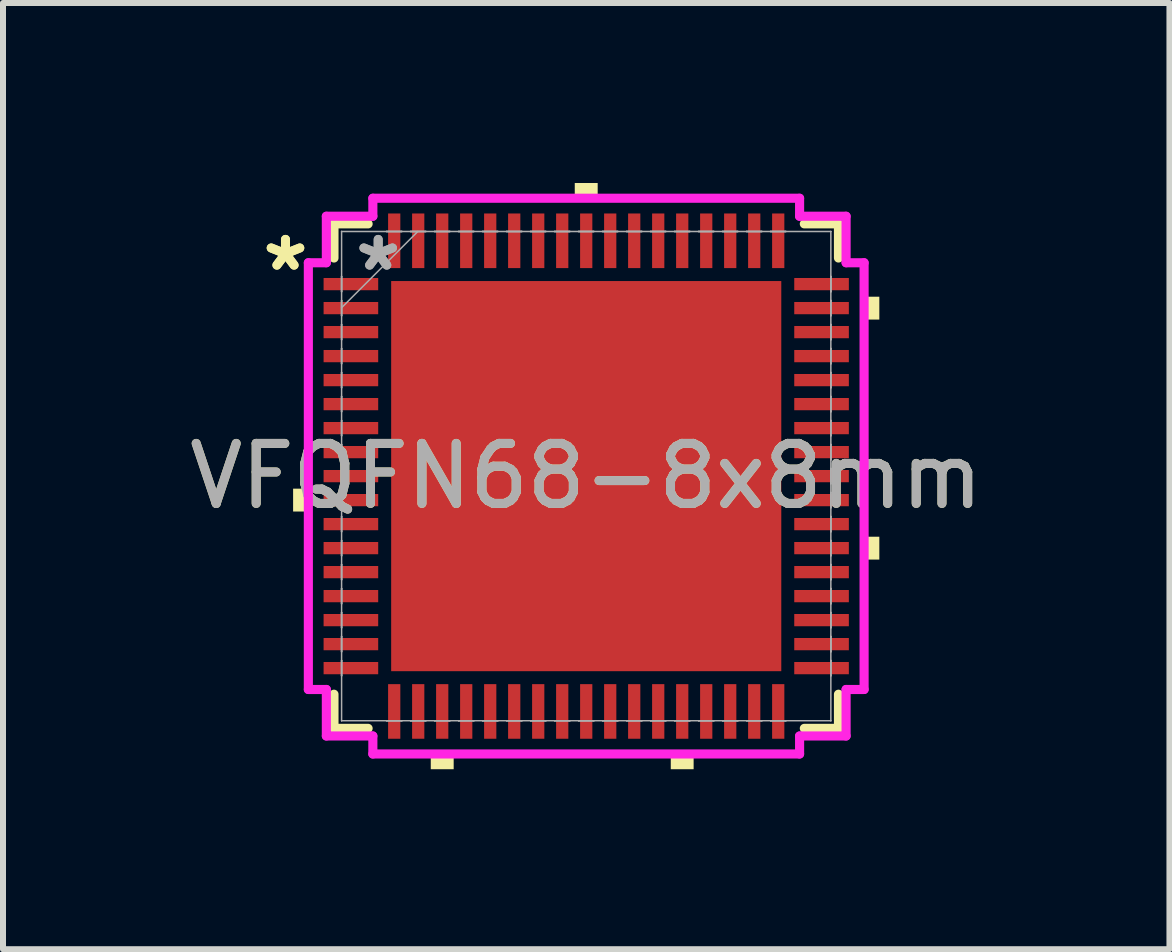
<source format=kicad_pcb>
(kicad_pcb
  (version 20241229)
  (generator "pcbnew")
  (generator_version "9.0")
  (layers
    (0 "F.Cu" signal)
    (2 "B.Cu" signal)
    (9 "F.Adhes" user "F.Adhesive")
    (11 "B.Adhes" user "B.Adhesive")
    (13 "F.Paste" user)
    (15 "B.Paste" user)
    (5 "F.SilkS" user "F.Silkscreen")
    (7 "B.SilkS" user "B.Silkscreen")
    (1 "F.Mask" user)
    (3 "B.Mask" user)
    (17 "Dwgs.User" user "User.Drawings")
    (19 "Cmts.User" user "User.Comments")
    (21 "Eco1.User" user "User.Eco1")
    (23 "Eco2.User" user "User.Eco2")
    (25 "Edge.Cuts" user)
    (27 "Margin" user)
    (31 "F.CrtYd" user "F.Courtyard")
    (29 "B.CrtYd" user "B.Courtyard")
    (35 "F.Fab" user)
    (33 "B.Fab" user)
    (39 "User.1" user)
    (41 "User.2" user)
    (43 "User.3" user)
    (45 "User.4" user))
  (footprint "VFQFN68-8x8mm"
    (layer "F.Cu")
    (at 6.72 4.885)
    (property "Reference" "VFQFN68-8x8mm" (at 0 0 0) (unlocked yes) (layer "F.SilkS") (effects (font (size 1 1) (thickness 0.15))))
    (attr smd)
    (fp_line (start -4.204 -4.204) (end -4.204 -3.635) (stroke (width 0.152) (type solid)) (layer "F.SilkS"))
    (fp_line (start -4.204 3.635) (end -4.204 4.204) (stroke (width 0.152) (type solid)) (layer "F.SilkS"))
    (fp_line (start -4.204 4.204) (end -3.635 4.204) (stroke (width 0.152) (type solid)) (layer "F.SilkS"))
    (fp_line (start -3.635 -4.204) (end -4.204 -4.204) (stroke (width 0.152) (type solid)) (layer "F.SilkS"))
    (fp_line (start 3.635 4.204) (end 4.204 4.204) (stroke (width 0.152) (type solid)) (layer "F.SilkS"))
    (fp_line (start 4.204 -4.204) (end 3.635 -4.204) (stroke (width 0.152) (type solid)) (layer "F.SilkS"))
    (fp_line (start 4.204 -3.635) (end 4.204 -4.204) (stroke (width 0.152) (type solid)) (layer "F.SilkS"))
    (fp_line (start 4.204 4.204) (end 4.204 3.635) (stroke (width 0.152) (type solid)) (layer "F.SilkS"))
    (fp_poly (pts (xy -4.885 0.209) (xy -4.885 0.59) (xy -4.631 0.59) (xy -4.631 0.209)) (stroke (width 0) (type solid)) (fill yes) (layer "F.SilkS"))
    (fp_poly (pts (xy -2.591 4.631) (xy -2.591 4.885) (xy -2.209 4.885) (xy -2.209 4.631)) (stroke (width 0) (type solid)) (fill yes) (layer "F.SilkS"))
    (fp_poly (pts (xy -0.191 -4.631) (xy -0.191 -4.885) (xy 0.191 -4.885) (xy 0.191 -4.631)) (stroke (width 0) (type solid)) (fill yes) (layer "F.SilkS"))
    (fp_poly (pts (xy 1.409 4.631) (xy 1.409 4.885) (xy 1.79 4.885) (xy 1.79 4.631)) (stroke (width 0) (type solid)) (fill yes) (layer "F.SilkS"))
    (fp_poly (pts (xy 4.885 -2.99) (xy 4.885 -2.609) (xy 4.631 -2.609) (xy 4.631 -2.99)) (stroke (width 0) (type solid)) (fill yes) (layer "F.SilkS"))
    (fp_poly (pts (xy 4.885 1.01) (xy 4.885 1.391) (xy 4.631 1.391) (xy 4.631 1.01)) (stroke (width 0) (type solid)) (fill yes) (layer "F.SilkS"))
    (fp_poly (pts (xy -3.151 -3.151) (xy -3.151 -2.051) (xy -2.051 -2.051) (xy -2.051 -3.151)) (stroke (width 0) (type solid)) (fill yes) (layer "F.Paste"))
    (fp_poly (pts (xy -3.151 -1.851) (xy -3.151 -0.75) (xy -2.051 -0.75) (xy -2.051 -1.851)) (stroke (width 0) (type solid)) (fill yes) (layer "F.Paste"))
    (fp_poly (pts (xy -3.151 -0.55) (xy -3.151 0.55) (xy -2.051 0.55) (xy -2.051 -0.55)) (stroke (width 0) (type solid)) (fill yes) (layer "F.Paste"))
    (fp_poly (pts (xy -3.151 0.75) (xy -3.151 1.851) (xy -2.051 1.851) (xy -2.051 0.75)) (stroke (width 0) (type solid)) (fill yes) (layer "F.Paste"))
    (fp_poly (pts (xy -3.151 2.051) (xy -3.151 3.151) (xy -2.051 3.151) (xy -2.051 2.051)) (stroke (width 0) (type solid)) (fill yes) (layer "F.Paste"))
    (fp_poly (pts (xy -1.851 -3.151) (xy -1.851 -2.051) (xy -0.75 -2.051) (xy -0.75 -3.151)) (stroke (width 0) (type solid)) (fill yes) (layer "F.Paste"))
    (fp_poly (pts (xy -1.851 -1.851) (xy -1.851 -0.75) (xy -0.75 -0.75) (xy -0.75 -1.851)) (stroke (width 0) (type solid)) (fill yes) (layer "F.Paste"))
    (fp_poly (pts (xy -1.851 -0.55) (xy -1.851 0.55) (xy -0.75 0.55) (xy -0.75 -0.55)) (stroke (width 0) (type solid)) (fill yes) (layer "F.Paste"))
    (fp_poly (pts (xy -1.851 0.75) (xy -1.851 1.851) (xy -0.75 1.851) (xy -0.75 0.75)) (stroke (width 0) (type solid)) (fill yes) (layer "F.Paste"))
    (fp_poly (pts (xy -1.851 2.051) (xy -1.851 3.151) (xy -0.75 3.151) (xy -0.75 2.051)) (stroke (width 0) (type solid)) (fill yes) (layer "F.Paste"))
    (fp_poly (pts (xy -0.55 -3.151) (xy -0.55 -2.051) (xy 0.55 -2.051) (xy 0.55 -3.151)) (stroke (width 0) (type solid)) (fill yes) (layer "F.Paste"))
    (fp_poly (pts (xy -0.55 -1.851) (xy -0.55 -0.75) (xy 0.55 -0.75) (xy 0.55 -1.851)) (stroke (width 0) (type solid)) (fill yes) (layer "F.Paste"))
    (fp_poly (pts (xy -0.55 -0.55) (xy -0.55 0.55) (xy 0.55 0.55) (xy 0.55 -0.55)) (stroke (width 0) (type solid)) (fill yes) (layer "F.Paste"))
    (fp_poly (pts (xy -0.55 0.75) (xy -0.55 1.851) (xy 0.55 1.851) (xy 0.55 0.75)) (stroke (width 0) (type solid)) (fill yes) (layer "F.Paste"))
    (fp_poly (pts (xy -0.55 2.051) (xy -0.55 3.151) (xy 0.55 3.151) (xy 0.55 2.051)) (stroke (width 0) (type solid)) (fill yes) (layer "F.Paste"))
    (fp_poly (pts (xy 0.75 -3.151) (xy 0.75 -2.051) (xy 1.851 -2.051) (xy 1.851 -3.151)) (stroke (width 0) (type solid)) (fill yes) (layer "F.Paste"))
    (fp_poly (pts (xy 0.75 -1.851) (xy 0.75 -0.75) (xy 1.851 -0.75) (xy 1.851 -1.851)) (stroke (width 0) (type solid)) (fill yes) (layer "F.Paste"))
    (fp_poly (pts (xy 0.75 -0.55) (xy 0.75 0.55) (xy 1.851 0.55) (xy 1.851 -0.55)) (stroke (width 0) (type solid)) (fill yes) (layer "F.Paste"))
    (fp_poly (pts (xy 0.75 0.75) (xy 0.75 1.851) (xy 1.851 1.851) (xy 1.851 0.75)) (stroke (width 0) (type solid)) (fill yes) (layer "F.Paste"))
    (fp_poly (pts (xy 0.75 2.051) (xy 0.75 3.151) (xy 1.851 3.151) (xy 1.851 2.051)) (stroke (width 0) (type solid)) (fill yes) (layer "F.Paste"))
    (fp_poly (pts (xy 2.051 -3.151) (xy 2.051 -2.051) (xy 3.151 -2.051) (xy 3.151 -3.151)) (stroke (width 0) (type solid)) (fill yes) (layer "F.Paste"))
    (fp_poly (pts (xy 2.051 -1.851) (xy 2.051 -0.75) (xy 3.151 -0.75) (xy 3.151 -1.851)) (stroke (width 0) (type solid)) (fill yes) (layer "F.Paste"))
    (fp_poly (pts (xy 2.051 -0.55) (xy 2.051 0.55) (xy 3.151 0.55) (xy 3.151 -0.55)) (stroke (width 0) (type solid)) (fill yes) (layer "F.Paste"))
    (fp_poly (pts (xy 2.051 0.75) (xy 2.051 1.851) (xy 3.151 1.851) (xy 3.151 0.75)) (stroke (width 0) (type solid)) (fill yes) (layer "F.Paste"))
    (fp_poly (pts (xy 2.051 2.051) (xy 2.051 3.151) (xy 3.151 3.151) (xy 3.151 2.051)) (stroke (width 0) (type solid)) (fill yes) (layer "F.Paste"))
    (fp_line (start -4.631 -3.556) (end -4.331 -3.556) (stroke (width 0.152) (type solid)) (layer "F.CrtYd"))
    (fp_line (start -4.631 3.556) (end -4.631 -3.556) (stroke (width 0.152) (type solid)) (layer "F.CrtYd"))
    (fp_line (start -4.331 -4.331) (end -3.556 -4.331) (stroke (width 0.152) (type solid)) (layer "F.CrtYd"))
    (fp_line (start -4.331 -3.556) (end -4.331 -4.331) (stroke (width 0.152) (type solid)) (layer "F.CrtYd"))
    (fp_line (start -4.331 3.556) (end -4.631 3.556) (stroke (width 0.152) (type solid)) (layer "F.CrtYd"))
    (fp_line (start -4.331 4.331) (end -4.331 3.556) (stroke (width 0.152) (type solid)) (layer "F.CrtYd"))
    (fp_line (start -3.556 -4.631) (end 3.556 -4.631) (stroke (width 0.152) (type solid)) (layer "F.CrtYd"))
    (fp_line (start -3.556 -4.331) (end -3.556 -4.631) (stroke (width 0.152) (type solid)) (layer "F.CrtYd"))
    (fp_line (start -3.556 4.331) (end -4.331 4.331) (stroke (width 0.152) (type solid)) (layer "F.CrtYd"))
    (fp_line (start -3.556 4.631) (end -3.556 4.331) (stroke (width 0.152) (type solid)) (layer "F.CrtYd"))
    (fp_line (start 3.556 -4.631) (end 3.556 -4.331) (stroke (width 0.152) (type solid)) (layer "F.CrtYd"))
    (fp_line (start 3.556 -4.331) (end 4.331 -4.331) (stroke (width 0.152) (type solid)) (layer "F.CrtYd"))
    (fp_line (start 3.556 4.331) (end 3.556 4.631) (stroke (width 0.152) (type solid)) (layer "F.CrtYd"))
    (fp_line (start 3.556 4.631) (end -3.556 4.631) (stroke (width 0.152) (type solid)) (layer "F.CrtYd"))
    (fp_line (start 4.331 -4.331) (end 4.331 -3.556) (stroke (width 0.152) (type solid)) (layer "F.CrtYd"))
    (fp_line (start 4.331 -3.556) (end 4.631 -3.556) (stroke (width 0.152) (type solid)) (layer "F.CrtYd"))
    (fp_line (start 4.331 3.556) (end 4.331 4.331) (stroke (width 0.152) (type solid)) (layer "F.CrtYd"))
    (fp_line (start 4.331 4.331) (end 3.556 4.331) (stroke (width 0.152) (type solid)) (layer "F.CrtYd"))
    (fp_line (start 4.631 -3.556) (end 4.631 3.556) (stroke (width 0.152) (type solid)) (layer "F.CrtYd"))
    (fp_line (start 4.631 3.556) (end 4.331 3.556) (stroke (width 0.152) (type solid)) (layer "F.CrtYd"))
    (fp_line (start -4.077 -4.077) (end -4.077 -4.077) (stroke (width 0.025) (type solid)) (layer "F.Fab"))
    (fp_line (start -4.077 -4.077) (end -4.077 4.077) (stroke (width 0.025) (type solid)) (layer "F.Fab"))
    (fp_line (start -4.077 -3.327) (end -4.077 -3.327) (stroke (width 0.025) (type solid)) (layer "F.Fab"))
    (fp_line (start -4.077 -3.327) (end -4.077 -3.073) (stroke (width 0.025) (type solid)) (layer "F.Fab"))
    (fp_line (start -4.077 -3.073) (end -4.077 -3.327) (stroke (width 0.025) (type solid)) (layer "F.Fab"))
    (fp_line (start -4.077 -3.073) (end -4.077 -3.073) (stroke (width 0.025) (type solid)) (layer "F.Fab"))
    (fp_line (start -4.077 -2.927) (end -4.077 -2.927) (stroke (width 0.025) (type solid)) (layer "F.Fab"))
    (fp_line (start -4.077 -2.927) (end -4.077 -2.673) (stroke (width 0.025) (type solid)) (layer "F.Fab"))
    (fp_line (start -4.077 -2.807) (end -2.807 -4.077) (stroke (width 0.025) (type solid)) (layer "F.Fab"))
    (fp_line (start -4.077 -2.673) (end -4.077 -2.927) (stroke (width 0.025) (type solid)) (layer "F.Fab"))
    (fp_line (start -4.077 -2.673) (end -4.077 -2.673) (stroke (width 0.025) (type solid)) (layer "F.Fab"))
    (fp_line (start -4.077 -2.527) (end -4.077 -2.527) (stroke (width 0.025) (type solid)) (layer "F.Fab"))
    (fp_line (start -4.077 -2.527) (end -4.077 -2.273) (stroke (width 0.025) (type solid)) (layer "F.Fab"))
    (fp_line (start -4.077 -2.273) (end -4.077 -2.527) (stroke (width 0.025) (type solid)) (layer "F.Fab"))
    (fp_line (start -4.077 -2.273) (end -4.077 -2.273) (stroke (width 0.025) (type solid)) (layer "F.Fab"))
    (fp_line (start -4.077 -2.127) (end -4.077 -2.127) (stroke (width 0.025) (type solid)) (layer "F.Fab"))
    (fp_line (start -4.077 -2.127) (end -4.077 -1.873) (stroke (width 0.025) (type solid)) (layer "F.Fab"))
    (fp_line (start -4.077 -1.873) (end -4.077 -2.127) (stroke (width 0.025) (type solid)) (layer "F.Fab"))
    (fp_line (start -4.077 -1.873) (end -4.077 -1.873) (stroke (width 0.025) (type solid)) (layer "F.Fab"))
    (fp_line (start -4.077 -1.727) (end -4.077 -1.727) (stroke (width 0.025) (type solid)) (layer "F.Fab"))
    (fp_line (start -4.077 -1.727) (end -4.077 -1.473) (stroke (width 0.025) (type solid)) (layer "F.Fab"))
    (fp_line (start -4.077 -1.473) (end -4.077 -1.727) (stroke (width 0.025) (type solid)) (layer "F.Fab"))
    (fp_line (start -4.077 -1.473) (end -4.077 -1.473) (stroke (width 0.025) (type solid)) (layer "F.Fab"))
    (fp_line (start -4.077 -1.327) (end -4.077 -1.327) (stroke (width 0.025) (type solid)) (layer "F.Fab"))
    (fp_line (start -4.077 -1.327) (end -4.077 -1.073) (stroke (width 0.025) (type solid)) (layer "F.Fab"))
    (fp_line (start -4.077 -1.073) (end -4.077 -1.327) (stroke (width 0.025) (type solid)) (layer "F.Fab"))
    (fp_line (start -4.077 -1.073) (end -4.077 -1.073) (stroke (width 0.025) (type solid)) (layer "F.Fab"))
    (fp_line (start -4.077 -0.927) (end -4.077 -0.927) (stroke (width 0.025) (type solid)) (layer "F.Fab"))
    (fp_line (start -4.077 -0.927) (end -4.077 -0.673) (stroke (width 0.025) (type solid)) (layer "F.Fab"))
    (fp_line (start -4.077 -0.673) (end -4.077 -0.927) (stroke (width 0.025) (type solid)) (layer "F.Fab"))
    (fp_line (start -4.077 -0.673) (end -4.077 -0.673) (stroke (width 0.025) (type solid)) (layer "F.Fab"))
    (fp_line (start -4.077 -0.527) (end -4.077 -0.527) (stroke (width 0.025) (type solid)) (layer "F.Fab"))
    (fp_line (start -4.077 -0.527) (end -4.077 -0.273) (stroke (width 0.025) (type solid)) (layer "F.Fab"))
    (fp_line (start -4.077 -0.273) (end -4.077 -0.527) (stroke (width 0.025) (type solid)) (layer "F.Fab"))
    (fp_line (start -4.077 -0.273) (end -4.077 -0.273) (stroke (width 0.025) (type solid)) (layer "F.Fab"))
    (fp_line (start -4.077 -0.127) (end -4.077 -0.127) (stroke (width 0.025) (type solid)) (layer "F.Fab"))
    (fp_line (start -4.077 -0.127) (end -4.077 0.127) (stroke (width 0.025) (type solid)) (layer "F.Fab"))
    (fp_line (start -4.077 0.127) (end -4.077 -0.127) (stroke (width 0.025) (type solid)) (layer "F.Fab"))
    (fp_line (start -4.077 0.127) (end -4.077 0.127) (stroke (width 0.025) (type solid)) (layer "F.Fab"))
    (fp_line (start -4.077 0.273) (end -4.077 0.273) (stroke (width 0.025) (type solid)) (layer "F.Fab"))
    (fp_line (start -4.077 0.273) (end -4.077 0.527) (stroke (width 0.025) (type solid)) (layer "F.Fab"))
    (fp_line (start -4.077 0.527) (end -4.077 0.273) (stroke (width 0.025) (type solid)) (layer "F.Fab"))
    (fp_line (start -4.077 0.527) (end -4.077 0.527) (stroke (width 0.025) (type solid)) (layer "F.Fab"))
    (fp_line (start -4.077 0.673) (end -4.077 0.673) (stroke (width 0.025) (type solid)) (layer "F.Fab"))
    (fp_line (start -4.077 0.673) (end -4.077 0.927) (stroke (width 0.025) (type solid)) (layer "F.Fab"))
    (fp_line (start -4.077 0.927) (end -4.077 0.673) (stroke (width 0.025) (type solid)) (layer "F.Fab"))
    (fp_line (start -4.077 0.927) (end -4.077 0.927) (stroke (width 0.025) (type solid)) (layer "F.Fab"))
    (fp_line (start -4.077 1.073) (end -4.077 1.073) (stroke (width 0.025) (type solid)) (layer "F.Fab"))
    (fp_line (start -4.077 1.073) (end -4.077 1.327) (stroke (width 0.025) (type solid)) (layer "F.Fab"))
    (fp_line (start -4.077 1.327) (end -4.077 1.073) (stroke (width 0.025) (type solid)) (layer "F.Fab"))
    (fp_line (start -4.077 1.327) (end -4.077 1.327) (stroke (width 0.025) (type solid)) (layer "F.Fab"))
    (fp_line (start -4.077 1.473) (end -4.077 1.473) (stroke (width 0.025) (type solid)) (layer "F.Fab"))
    (fp_line (start -4.077 1.473) (end -4.077 1.727) (stroke (width 0.025) (type solid)) (layer "F.Fab"))
    (fp_line (start -4.077 1.727) (end -4.077 1.473) (stroke (width 0.025) (type solid)) (layer "F.Fab"))
    (fp_line (start -4.077 1.727) (end -4.077 1.727) (stroke (width 0.025) (type solid)) (layer "F.Fab"))
    (fp_line (start -4.077 1.873) (end -4.077 1.873) (stroke (width 0.025) (type solid)) (layer "F.Fab"))
    (fp_line (start -4.077 1.873) (end -4.077 2.127) (stroke (width 0.025) (type solid)) (layer "F.Fab"))
    (fp_line (start -4.077 2.127) (end -4.077 1.873) (stroke (width 0.025) (type solid)) (layer "F.Fab"))
    (fp_line (start -4.077 2.127) (end -4.077 2.127) (stroke (width 0.025) (type solid)) (layer "F.Fab"))
    (fp_line (start -4.077 2.273) (end -4.077 2.273) (stroke (width 0.025) (type solid)) (layer "F.Fab"))
    (fp_line (start -4.077 2.273) (end -4.077 2.527) (stroke (width 0.025) (type solid)) (layer "F.Fab"))
    (fp_line (start -4.077 2.527) (end -4.077 2.273) (stroke (width 0.025) (type solid)) (layer "F.Fab"))
    (fp_line (start -4.077 2.527) (end -4.077 2.527) (stroke (width 0.025) (type solid)) (layer "F.Fab"))
    (fp_line (start -4.077 2.673) (end -4.077 2.673) (stroke (width 0.025) (type solid)) (layer "F.Fab"))
    (fp_line (start -4.077 2.673) (end -4.077 2.927) (stroke (width 0.025) (type solid)) (layer "F.Fab"))
    (fp_line (start -4.077 2.927) (end -4.077 2.673) (stroke (width 0.025) (type solid)) (layer "F.Fab"))
    (fp_line (start -4.077 2.927) (end -4.077 2.927) (stroke (width 0.025) (type solid)) (layer "F.Fab"))
    (fp_line (start -4.077 3.073) (end -4.077 3.073) (stroke (width 0.025) (type solid)) (layer "F.Fab"))
    (fp_line (start -4.077 3.073) (end -4.077 3.327) (stroke (width 0.025) (type solid)) (layer "F.Fab"))
    (fp_line (start -4.077 3.327) (end -4.077 3.073) (stroke (width 0.025) (type solid)) (layer "F.Fab"))
    (fp_line (start -4.077 3.327) (end -4.077 3.327) (stroke (width 0.025) (type solid)) (layer "F.Fab"))
    (fp_line (start -4.077 4.077) (end -4.077 4.077) (stroke (width 0.025) (type solid)) (layer "F.Fab"))
    (fp_line (start -4.077 4.077) (end 4.077 4.077) (stroke (width 0.025) (type solid)) (layer "F.Fab"))
    (fp_line (start -3.327 -4.077) (end -3.327 -4.077) (stroke (width 0.025) (type solid)) (layer "F.Fab"))
    (fp_line (start -3.327 -4.077) (end -3.073 -4.077) (stroke (width 0.025) (type solid)) (layer "F.Fab"))
    (fp_line (start -3.327 4.077) (end -3.327 4.077) (stroke (width 0.025) (type solid)) (layer "F.Fab"))
    (fp_line (start -3.327 4.077) (end -3.073 4.077) (stroke (width 0.025) (type solid)) (layer "F.Fab"))
    (fp_line (start -3.073 -4.077) (end -3.327 -4.077) (stroke (width 0.025) (type solid)) (layer "F.Fab"))
    (fp_line (start -3.073 -4.077) (end -3.073 -4.077) (stroke (width 0.025) (type solid)) (layer "F.Fab"))
    (fp_line (start -3.073 4.077) (end -3.327 4.077) (stroke (width 0.025) (type solid)) (layer "F.Fab"))
    (fp_line (start -3.073 4.077) (end -3.073 4.077) (stroke (width 0.025) (type solid)) (layer "F.Fab"))
    (fp_line (start -2.927 -4.077) (end -2.927 -4.077) (stroke (width 0.025) (type solid)) (layer "F.Fab"))
    (fp_line (start -2.927 -4.077) (end -2.673 -4.077) (stroke (width 0.025) (type solid)) (layer "F.Fab"))
    (fp_line (start -2.927 4.077) (end -2.927 4.077) (stroke (width 0.025) (type solid)) (layer "F.Fab"))
    (fp_line (start -2.927 4.077) (end -2.673 4.077) (stroke (width 0.025) (type solid)) (layer "F.Fab"))
    (fp_line (start -2.673 -4.077) (end -2.927 -4.077) (stroke (width 0.025) (type solid)) (layer "F.Fab"))
    (fp_line (start -2.673 -4.077) (end -2.673 -4.077) (stroke (width 0.025) (type solid)) (layer "F.Fab"))
    (fp_line (start -2.673 4.077) (end -2.927 4.077) (stroke (width 0.025) (type solid)) (layer "F.Fab"))
    (fp_line (start -2.673 4.077) (end -2.673 4.077) (stroke (width 0.025) (type solid)) (layer "F.Fab"))
    (fp_line (start -2.527 -4.077) (end -2.527 -4.077) (stroke (width 0.025) (type solid)) (layer "F.Fab"))
    (fp_line (start -2.527 -4.077) (end -2.273 -4.077) (stroke (width 0.025) (type solid)) (layer "F.Fab"))
    (fp_line (start -2.527 4.077) (end -2.527 4.077) (stroke (width 0.025) (type solid)) (layer "F.Fab"))
    (fp_line (start -2.527 4.077) (end -2.273 4.077) (stroke (width 0.025) (type solid)) (layer "F.Fab"))
    (fp_line (start -2.273 -4.077) (end -2.527 -4.077) (stroke (width 0.025) (type solid)) (layer "F.Fab"))
    (fp_line (start -2.273 -4.077) (end -2.273 -4.077) (stroke (width 0.025) (type solid)) (layer "F.Fab"))
    (fp_line (start -2.273 4.077) (end -2.527 4.077) (stroke (width 0.025) (type solid)) (layer "F.Fab"))
    (fp_line (start -2.273 4.077) (end -2.273 4.077) (stroke (width 0.025) (type solid)) (layer "F.Fab"))
    (fp_line (start -2.127 -4.077) (end -2.127 -4.077) (stroke (width 0.025) (type solid)) (layer "F.Fab"))
    (fp_line (start -2.127 -4.077) (end -1.873 -4.077) (stroke (width 0.025) (type solid)) (layer "F.Fab"))
    (fp_line (start -2.127 4.077) (end -2.127 4.077) (stroke (width 0.025) (type solid)) (layer "F.Fab"))
    (fp_line (start -2.127 4.077) (end -1.873 4.077) (stroke (width 0.025) (type solid)) (layer "F.Fab"))
    (fp_line (start -1.873 -4.077) (end -2.127 -4.077) (stroke (width 0.025) (type solid)) (layer "F.Fab"))
    (fp_line (start -1.873 -4.077) (end -1.873 -4.077) (stroke (width 0.025) (type solid)) (layer "F.Fab"))
    (fp_line (start -1.873 4.077) (end -2.127 4.077) (stroke (width 0.025) (type solid)) (layer "F.Fab"))
    (fp_line (start -1.873 4.077) (end -1.873 4.077) (stroke (width 0.025) (type solid)) (layer "F.Fab"))
    (fp_line (start -1.727 -4.077) (end -1.727 -4.077) (stroke (width 0.025) (type solid)) (layer "F.Fab"))
    (fp_line (start -1.727 -4.077) (end -1.473 -4.077) (stroke (width 0.025) (type solid)) (layer "F.Fab"))
    (fp_line (start -1.727 4.077) (end -1.727 4.077) (stroke (width 0.025) (type solid)) (layer "F.Fab"))
    (fp_line (start -1.727 4.077) (end -1.473 4.077) (stroke (width 0.025) (type solid)) (layer "F.Fab"))
    (fp_line (start -1.473 -4.077) (end -1.727 -4.077) (stroke (width 0.025) (type solid)) (layer "F.Fab"))
    (fp_line (start -1.473 -4.077) (end -1.473 -4.077) (stroke (width 0.025) (type solid)) (layer "F.Fab"))
    (fp_line (start -1.473 4.077) (end -1.727 4.077) (stroke (width 0.025) (type solid)) (layer "F.Fab"))
    (fp_line (start -1.473 4.077) (end -1.473 4.077) (stroke (width 0.025) (type solid)) (layer "F.Fab"))
    (fp_line (start -1.327 -4.077) (end -1.327 -4.077) (stroke (width 0.025) (type solid)) (layer "F.Fab"))
    (fp_line (start -1.327 -4.077) (end -1.073 -4.077) (stroke (width 0.025) (type solid)) (layer "F.Fab"))
    (fp_line (start -1.327 4.077) (end -1.327 4.077) (stroke (width 0.025) (type solid)) (layer "F.Fab"))
    (fp_line (start -1.327 4.077) (end -1.073 4.077) (stroke (width 0.025) (type solid)) (layer "F.Fab"))
    (fp_line (start -1.073 -4.077) (end -1.327 -4.077) (stroke (width 0.025) (type solid)) (layer "F.Fab"))
    (fp_line (start -1.073 -4.077) (end -1.073 -4.077) (stroke (width 0.025) (type solid)) (layer "F.Fab"))
    (fp_line (start -1.073 4.077) (end -1.327 4.077) (stroke (width 0.025) (type solid)) (layer "F.Fab"))
    (fp_line (start -1.073 4.077) (end -1.073 4.077) (stroke (width 0.025) (type solid)) (layer "F.Fab"))
    (fp_line (start -0.927 -4.077) (end -0.927 -4.077) (stroke (width 0.025) (type solid)) (layer "F.Fab"))
    (fp_line (start -0.927 -4.077) (end -0.673 -4.077) (stroke (width 0.025) (type solid)) (layer "F.Fab"))
    (fp_line (start -0.927 4.077) (end -0.927 4.077) (stroke (width 0.025) (type solid)) (layer "F.Fab"))
    (fp_line (start -0.927 4.077) (end -0.673 4.077) (stroke (width 0.025) (type solid)) (layer "F.Fab"))
    (fp_line (start -0.673 -4.077) (end -0.927 -4.077) (stroke (width 0.025) (type solid)) (layer "F.Fab"))
    (fp_line (start -0.673 -4.077) (end -0.673 -4.077) (stroke (width 0.025) (type solid)) (layer "F.Fab"))
    (fp_line (start -0.673 4.077) (end -0.927 4.077) (stroke (width 0.025) (type solid)) (layer "F.Fab"))
    (fp_line (start -0.673 4.077) (end -0.673 4.077) (stroke (width 0.025) (type solid)) (layer "F.Fab"))
    (fp_line (start -0.527 -4.077) (end -0.527 -4.077) (stroke (width 0.025) (type solid)) (layer "F.Fab"))
    (fp_line (start -0.527 -4.077) (end -0.273 -4.077) (stroke (width 0.025) (type solid)) (layer "F.Fab"))
    (fp_line (start -0.527 4.077) (end -0.527 4.077) (stroke (width 0.025) (type solid)) (layer "F.Fab"))
    (fp_line (start -0.527 4.077) (end -0.273 4.077) (stroke (width 0.025) (type solid)) (layer "F.Fab"))
    (fp_line (start -0.273 -4.077) (end -0.527 -4.077) (stroke (width 0.025) (type solid)) (layer "F.Fab"))
    (fp_line (start -0.273 -4.077) (end -0.273 -4.077) (stroke (width 0.025) (type solid)) (layer "F.Fab"))
    (fp_line (start -0.273 4.077) (end -0.527 4.077) (stroke (width 0.025) (type solid)) (layer "F.Fab"))
    (fp_line (start -0.273 4.077) (end -0.273 4.077) (stroke (width 0.025) (type solid)) (layer "F.Fab"))
    (fp_line (start -0.127 -4.077) (end -0.127 -4.077) (stroke (width 0.025) (type solid)) (layer "F.Fab"))
    (fp_line (start -0.127 -4.077) (end 0.127 -4.077) (stroke (width 0.025) (type solid)) (layer "F.Fab"))
    (fp_line (start -0.127 4.077) (end -0.127 4.077) (stroke (width 0.025) (type solid)) (layer "F.Fab"))
    (fp_line (start -0.127 4.077) (end 0.127 4.077) (stroke (width 0.025) (type solid)) (layer "F.Fab"))
    (fp_line (start 0.127 -4.077) (end -0.127 -4.077) (stroke (width 0.025) (type solid)) (layer "F.Fab"))
    (fp_line (start 0.127 -4.077) (end 0.127 -4.077) (stroke (width 0.025) (type solid)) (layer "F.Fab"))
    (fp_line (start 0.127 4.077) (end -0.127 4.077) (stroke (width 0.025) (type solid)) (layer "F.Fab"))
    (fp_line (start 0.127 4.077) (end 0.127 4.077) (stroke (width 0.025) (type solid)) (layer "F.Fab"))
    (fp_line (start 0.273 -4.077) (end 0.273 -4.077) (stroke (width 0.025) (type solid)) (layer "F.Fab"))
    (fp_line (start 0.273 -4.077) (end 0.527 -4.077) (stroke (width 0.025) (type solid)) (layer "F.Fab"))
    (fp_line (start 0.273 4.077) (end 0.273 4.077) (stroke (width 0.025) (type solid)) (layer "F.Fab"))
    (fp_line (start 0.273 4.077) (end 0.527 4.077) (stroke (width 0.025) (type solid)) (layer "F.Fab"))
    (fp_line (start 0.527 -4.077) (end 0.273 -4.077) (stroke (width 0.025) (type solid)) (layer "F.Fab"))
    (fp_line (start 0.527 -4.077) (end 0.527 -4.077) (stroke (width 0.025) (type solid)) (layer "F.Fab"))
    (fp_line (start 0.527 4.077) (end 0.273 4.077) (stroke (width 0.025) (type solid)) (layer "F.Fab"))
    (fp_line (start 0.527 4.077) (end 0.527 4.077) (stroke (width 0.025) (type solid)) (layer "F.Fab"))
    (fp_line (start 0.673 -4.077) (end 0.673 -4.077) (stroke (width 0.025) (type solid)) (layer "F.Fab"))
    (fp_line (start 0.673 -4.077) (end 0.927 -4.077) (stroke (width 0.025) (type solid)) (layer "F.Fab"))
    (fp_line (start 0.673 4.077) (end 0.673 4.077) (stroke (width 0.025) (type solid)) (layer "F.Fab"))
    (fp_line (start 0.673 4.077) (end 0.927 4.077) (stroke (width 0.025) (type solid)) (layer "F.Fab"))
    (fp_line (start 0.927 -4.077) (end 0.673 -4.077) (stroke (width 0.025) (type solid)) (layer "F.Fab"))
    (fp_line (start 0.927 -4.077) (end 0.927 -4.077) (stroke (width 0.025) (type solid)) (layer "F.Fab"))
    (fp_line (start 0.927 4.077) (end 0.673 4.077) (stroke (width 0.025) (type solid)) (layer "F.Fab"))
    (fp_line (start 0.927 4.077) (end 0.927 4.077) (stroke (width 0.025) (type solid)) (layer "F.Fab"))
    (fp_line (start 1.073 -4.077) (end 1.073 -4.077) (stroke (width 0.025) (type solid)) (layer "F.Fab"))
    (fp_line (start 1.073 -4.077) (end 1.327 -4.077) (stroke (width 0.025) (type solid)) (layer "F.Fab"))
    (fp_line (start 1.073 4.077) (end 1.073 4.077) (stroke (width 0.025) (type solid)) (layer "F.Fab"))
    (fp_line (start 1.073 4.077) (end 1.327 4.077) (stroke (width 0.025) (type solid)) (layer "F.Fab"))
    (fp_line (start 1.327 -4.077) (end 1.073 -4.077) (stroke (width 0.025) (type solid)) (layer "F.Fab"))
    (fp_line (start 1.327 -4.077) (end 1.327 -4.077) (stroke (width 0.025) (type solid)) (layer "F.Fab"))
    (fp_line (start 1.327 4.077) (end 1.073 4.077) (stroke (width 0.025) (type solid)) (layer "F.Fab"))
    (fp_line (start 1.327 4.077) (end 1.327 4.077) (stroke (width 0.025) (type solid)) (layer "F.Fab"))
    (fp_line (start 1.473 -4.077) (end 1.473 -4.077) (stroke (width 0.025) (type solid)) (layer "F.Fab"))
    (fp_line (start 1.473 -4.077) (end 1.727 -4.077) (stroke (width 0.025) (type solid)) (layer "F.Fab"))
    (fp_line (start 1.473 4.077) (end 1.473 4.077) (stroke (width 0.025) (type solid)) (layer "F.Fab"))
    (fp_line (start 1.473 4.077) (end 1.727 4.077) (stroke (width 0.025) (type solid)) (layer "F.Fab"))
    (fp_line (start 1.727 -4.077) (end 1.473 -4.077) (stroke (width 0.025) (type solid)) (layer "F.Fab"))
    (fp_line (start 1.727 -4.077) (end 1.727 -4.077) (stroke (width 0.025) (type solid)) (layer "F.Fab"))
    (fp_line (start 1.727 4.077) (end 1.473 4.077) (stroke (width 0.025) (type solid)) (layer "F.Fab"))
    (fp_line (start 1.727 4.077) (end 1.727 4.077) (stroke (width 0.025) (type solid)) (layer "F.Fab"))
    (fp_line (start 1.873 -4.077) (end 1.873 -4.077) (stroke (width 0.025) (type solid)) (layer "F.Fab"))
    (fp_line (start 1.873 -4.077) (end 2.127 -4.077) (stroke (width 0.025) (type solid)) (layer "F.Fab"))
    (fp_line (start 1.873 4.077) (end 1.873 4.077) (stroke (width 0.025) (type solid)) (layer "F.Fab"))
    (fp_line (start 1.873 4.077) (end 2.127 4.077) (stroke (width 0.025) (type solid)) (layer "F.Fab"))
    (fp_line (start 2.127 -4.077) (end 1.873 -4.077) (stroke (width 0.025) (type solid)) (layer "F.Fab"))
    (fp_line (start 2.127 -4.077) (end 2.127 -4.077) (stroke (width 0.025) (type solid)) (layer "F.Fab"))
    (fp_line (start 2.127 4.077) (end 1.873 4.077) (stroke (width 0.025) (type solid)) (layer "F.Fab"))
    (fp_line (start 2.127 4.077) (end 2.127 4.077) (stroke (width 0.025) (type solid)) (layer "F.Fab"))
    (fp_line (start 2.273 -4.077) (end 2.273 -4.077) (stroke (width 0.025) (type solid)) (layer "F.Fab"))
    (fp_line (start 2.273 -4.077) (end 2.527 -4.077) (stroke (width 0.025) (type solid)) (layer "F.Fab"))
    (fp_line (start 2.273 4.077) (end 2.273 4.077) (stroke (width 0.025) (type solid)) (layer "F.Fab"))
    (fp_line (start 2.273 4.077) (end 2.527 4.077) (stroke (width 0.025) (type solid)) (layer "F.Fab"))
    (fp_line (start 2.527 -4.077) (end 2.273 -4.077) (stroke (width 0.025) (type solid)) (layer "F.Fab"))
    (fp_line (start 2.527 -4.077) (end 2.527 -4.077) (stroke (width 0.025) (type solid)) (layer "F.Fab"))
    (fp_line (start 2.527 4.077) (end 2.273 4.077) (stroke (width 0.025) (type solid)) (layer "F.Fab"))
    (fp_line (start 2.527 4.077) (end 2.527 4.077) (stroke (width 0.025) (type solid)) (layer "F.Fab"))
    (fp_line (start 2.673 -4.077) (end 2.673 -4.077) (stroke (width 0.025) (type solid)) (layer "F.Fab"))
    (fp_line (start 2.673 -4.077) (end 2.927 -4.077) (stroke (width 0.025) (type solid)) (layer "F.Fab"))
    (fp_line (start 2.673 4.077) (end 2.673 4.077) (stroke (width 0.025) (type solid)) (layer "F.Fab"))
    (fp_line (start 2.673 4.077) (end 2.927 4.077) (stroke (width 0.025) (type solid)) (layer "F.Fab"))
    (fp_line (start 2.927 -4.077) (end 2.673 -4.077) (stroke (width 0.025) (type solid)) (layer "F.Fab"))
    (fp_line (start 2.927 -4.077) (end 2.927 -4.077) (stroke (width 0.025) (type solid)) (layer "F.Fab"))
    (fp_line (start 2.927 4.077) (end 2.673 4.077) (stroke (width 0.025) (type solid)) (layer "F.Fab"))
    (fp_line (start 2.927 4.077) (end 2.927 4.077) (stroke (width 0.025) (type solid)) (layer "F.Fab"))
    (fp_line (start 3.073 -4.077) (end 3.073 -4.077) (stroke (width 0.025) (type solid)) (layer "F.Fab"))
    (fp_line (start 3.073 -4.077) (end 3.327 -4.077) (stroke (width 0.025) (type solid)) (layer "F.Fab"))
    (fp_line (start 3.073 4.077) (end 3.073 4.077) (stroke (width 0.025) (type solid)) (layer "F.Fab"))
    (fp_line (start 3.073 4.077) (end 3.327 4.077) (stroke (width 0.025) (type solid)) (layer "F.Fab"))
    (fp_line (start 3.327 -4.077) (end 3.073 -4.077) (stroke (width 0.025) (type solid)) (layer "F.Fab"))
    (fp_line (start 3.327 -4.077) (end 3.327 -4.077) (stroke (width 0.025) (type solid)) (layer "F.Fab"))
    (fp_line (start 3.327 4.077) (end 3.073 4.077) (stroke (width 0.025) (type solid)) (layer "F.Fab"))
    (fp_line (start 3.327 4.077) (end 3.327 4.077) (stroke (width 0.025) (type solid)) (layer "F.Fab"))
    (fp_line (start 4.077 -4.077) (end -4.077 -4.077) (stroke (width 0.025) (type solid)) (layer "F.Fab"))
    (fp_line (start 4.077 -4.077) (end 4.077 -4.077) (stroke (width 0.025) (type solid)) (layer "F.Fab"))
    (fp_line (start 4.077 -3.327) (end 4.077 -3.327) (stroke (width 0.025) (type solid)) (layer "F.Fab"))
    (fp_line (start 4.077 -3.327) (end 4.077 -3.073) (stroke (width 0.025) (type solid)) (layer "F.Fab"))
    (fp_line (start 4.077 -3.073) (end 4.077 -3.327) (stroke (width 0.025) (type solid)) (layer "F.Fab"))
    (fp_line (start 4.077 -3.073) (end 4.077 -3.073) (stroke (width 0.025) (type solid)) (layer "F.Fab"))
    (fp_line (start 4.077 -2.927) (end 4.077 -2.927) (stroke (width 0.025) (type solid)) (layer "F.Fab"))
    (fp_line (start 4.077 -2.927) (end 4.077 -2.673) (stroke (width 0.025) (type solid)) (layer "F.Fab"))
    (fp_line (start 4.077 -2.673) (end 4.077 -2.927) (stroke (width 0.025) (type solid)) (layer "F.Fab"))
    (fp_line (start 4.077 -2.673) (end 4.077 -2.673) (stroke (width 0.025) (type solid)) (layer "F.Fab"))
    (fp_line (start 4.077 -2.527) (end 4.077 -2.527) (stroke (width 0.025) (type solid)) (layer "F.Fab"))
    (fp_line (start 4.077 -2.527) (end 4.077 -2.273) (stroke (width 0.025) (type solid)) (layer "F.Fab"))
    (fp_line (start 4.077 -2.273) (end 4.077 -2.527) (stroke (width 0.025) (type solid)) (layer "F.Fab"))
    (fp_line (start 4.077 -2.273) (end 4.077 -2.273) (stroke (width 0.025) (type solid)) (layer "F.Fab"))
    (fp_line (start 4.077 -2.127) (end 4.077 -2.127) (stroke (width 0.025) (type solid)) (layer "F.Fab"))
    (fp_line (start 4.077 -2.127) (end 4.077 -1.873) (stroke (width 0.025) (type solid)) (layer "F.Fab"))
    (fp_line (start 4.077 -1.873) (end 4.077 -2.127) (stroke (width 0.025) (type solid)) (layer "F.Fab"))
    (fp_line (start 4.077 -1.873) (end 4.077 -1.873) (stroke (width 0.025) (type solid)) (layer "F.Fab"))
    (fp_line (start 4.077 -1.727) (end 4.077 -1.727) (stroke (width 0.025) (type solid)) (layer "F.Fab"))
    (fp_line (start 4.077 -1.727) (end 4.077 -1.473) (stroke (width 0.025) (type solid)) (layer "F.Fab"))
    (fp_line (start 4.077 -1.473) (end 4.077 -1.727) (stroke (width 0.025) (type solid)) (layer "F.Fab"))
    (fp_line (start 4.077 -1.473) (end 4.077 -1.473) (stroke (width 0.025) (type solid)) (layer "F.Fab"))
    (fp_line (start 4.077 -1.327) (end 4.077 -1.327) (stroke (width 0.025) (type solid)) (layer "F.Fab"))
    (fp_line (start 4.077 -1.327) (end 4.077 -1.073) (stroke (width 0.025) (type solid)) (layer "F.Fab"))
    (fp_line (start 4.077 -1.073) (end 4.077 -1.327) (stroke (width 0.025) (type solid)) (layer "F.Fab"))
    (fp_line (start 4.077 -1.073) (end 4.077 -1.073) (stroke (width 0.025) (type solid)) (layer "F.Fab"))
    (fp_line (start 4.077 -0.927) (end 4.077 -0.927) (stroke (width 0.025) (type solid)) (layer "F.Fab"))
    (fp_line (start 4.077 -0.927) (end 4.077 -0.673) (stroke (width 0.025) (type solid)) (layer "F.Fab"))
    (fp_line (start 4.077 -0.673) (end 4.077 -0.927) (stroke (width 0.025) (type solid)) (layer "F.Fab"))
    (fp_line (start 4.077 -0.673) (end 4.077 -0.673) (stroke (width 0.025) (type solid)) (layer "F.Fab"))
    (fp_line (start 4.077 -0.527) (end 4.077 -0.527) (stroke (width 0.025) (type solid)) (layer "F.Fab"))
    (fp_line (start 4.077 -0.527) (end 4.077 -0.273) (stroke (width 0.025) (type solid)) (layer "F.Fab"))
    (fp_line (start 4.077 -0.273) (end 4.077 -0.527) (stroke (width 0.025) (type solid)) (layer "F.Fab"))
    (fp_line (start 4.077 -0.273) (end 4.077 -0.273) (stroke (width 0.025) (type solid)) (layer "F.Fab"))
    (fp_line (start 4.077 -0.127) (end 4.077 -0.127) (stroke (width 0.025) (type solid)) (layer "F.Fab"))
    (fp_line (start 4.077 -0.127) (end 4.077 0.127) (stroke (width 0.025) (type solid)) (layer "F.Fab"))
    (fp_line (start 4.077 0.127) (end 4.077 -0.127) (stroke (width 0.025) (type solid)) (layer "F.Fab"))
    (fp_line (start 4.077 0.127) (end 4.077 0.127) (stroke (width 0.025) (type solid)) (layer "F.Fab"))
    (fp_line (start 4.077 0.273) (end 4.077 0.273) (stroke (width 0.025) (type solid)) (layer "F.Fab"))
    (fp_line (start 4.077 0.273) (end 4.077 0.527) (stroke (width 0.025) (type solid)) (layer "F.Fab"))
    (fp_line (start 4.077 0.527) (end 4.077 0.273) (stroke (width 0.025) (type solid)) (layer "F.Fab"))
    (fp_line (start 4.077 0.527) (end 4.077 0.527) (stroke (width 0.025) (type solid)) (layer "F.Fab"))
    (fp_line (start 4.077 0.673) (end 4.077 0.673) (stroke (width 0.025) (type solid)) (layer "F.Fab"))
    (fp_line (start 4.077 0.673) (end 4.077 0.927) (stroke (width 0.025) (type solid)) (layer "F.Fab"))
    (fp_line (start 4.077 0.927) (end 4.077 0.673) (stroke (width 0.025) (type solid)) (layer "F.Fab"))
    (fp_line (start 4.077 0.927) (end 4.077 0.927) (stroke (width 0.025) (type solid)) (layer "F.Fab"))
    (fp_line (start 4.077 1.073) (end 4.077 1.073) (stroke (width 0.025) (type solid)) (layer "F.Fab"))
    (fp_line (start 4.077 1.073) (end 4.077 1.327) (stroke (width 0.025) (type solid)) (layer "F.Fab"))
    (fp_line (start 4.077 1.327) (end 4.077 1.073) (stroke (width 0.025) (type solid)) (layer "F.Fab"))
    (fp_line (start 4.077 1.327) (end 4.077 1.327) (stroke (width 0.025) (type solid)) (layer "F.Fab"))
    (fp_line (start 4.077 1.473) (end 4.077 1.473) (stroke (width 0.025) (type solid)) (layer "F.Fab"))
    (fp_line (start 4.077 1.473) (end 4.077 1.727) (stroke (width 0.025) (type solid)) (layer "F.Fab"))
    (fp_line (start 4.077 1.727) (end 4.077 1.473) (stroke (width 0.025) (type solid)) (layer "F.Fab"))
    (fp_line (start 4.077 1.727) (end 4.077 1.727) (stroke (width 0.025) (type solid)) (layer "F.Fab"))
    (fp_line (start 4.077 1.873) (end 4.077 1.873) (stroke (width 0.025) (type solid)) (layer "F.Fab"))
    (fp_line (start 4.077 1.873) (end 4.077 2.127) (stroke (width 0.025) (type solid)) (layer "F.Fab"))
    (fp_line (start 4.077 2.127) (end 4.077 1.873) (stroke (width 0.025) (type solid)) (layer "F.Fab"))
    (fp_line (start 4.077 2.127) (end 4.077 2.127) (stroke (width 0.025) (type solid)) (layer "F.Fab"))
    (fp_line (start 4.077 2.273) (end 4.077 2.273) (stroke (width 0.025) (type solid)) (layer "F.Fab"))
    (fp_line (start 4.077 2.273) (end 4.077 2.527) (stroke (width 0.025) (type solid)) (layer "F.Fab"))
    (fp_line (start 4.077 2.527) (end 4.077 2.273) (stroke (width 0.025) (type solid)) (layer "F.Fab"))
    (fp_line (start 4.077 2.527) (end 4.077 2.527) (stroke (width 0.025) (type solid)) (layer "F.Fab"))
    (fp_line (start 4.077 2.673) (end 4.077 2.673) (stroke (width 0.025) (type solid)) (layer "F.Fab"))
    (fp_line (start 4.077 2.673) (end 4.077 2.927) (stroke (width 0.025) (type solid)) (layer "F.Fab"))
    (fp_line (start 4.077 2.927) (end 4.077 2.673) (stroke (width 0.025) (type solid)) (layer "F.Fab"))
    (fp_line (start 4.077 2.927) (end 4.077 2.927) (stroke (width 0.025) (type solid)) (layer "F.Fab"))
    (fp_line (start 4.077 3.073) (end 4.077 3.073) (stroke (width 0.025) (type solid)) (layer "F.Fab"))
    (fp_line (start 4.077 3.073) (end 4.077 3.327) (stroke (width 0.025) (type solid)) (layer "F.Fab"))
    (fp_line (start 4.077 3.327) (end 4.077 3.073) (stroke (width 0.025) (type solid)) (layer "F.Fab"))
    (fp_line (start 4.077 3.327) (end 4.077 3.327) (stroke (width 0.025) (type solid)) (layer "F.Fab"))
    (fp_line (start 4.077 4.077) (end 4.077 -4.077) (stroke (width 0.025) (type solid)) (layer "F.Fab"))
    (fp_line (start 4.077 4.077) (end 4.077 4.077) (stroke (width 0.025) (type solid)) (layer "F.Fab"))
    (fp_text user "*" (at -5.012 -3.4 0) (layer "F.SilkS") (effects (font (size 1 1) (thickness 0.15))))
    (fp_text user "*" (at -5.012 -3.4 0) (unlocked yes) (layer "F.SilkS") (effects (font (size 1 1) (thickness 0.15))))
    (fp_text user "${REFERENCE}" (at 0 0 0) (unlocked yes) (layer "F.Fab") (effects (font (size 1 1) (thickness 0.15))))
    (fp_text user "*" (at -3.467 -3.4 0) (unlocked yes) (layer "F.Fab") (effects (font (size 1 1) (thickness 0.15))))
    (fp_text user "*" (at -3.467 -3.4 0) (layer "F.Fab") (effects (font (size 1 1) (thickness 0.15))))
    (pad "1" smd rect (at -3.922 -3.2 90) (size 0.204 0.91) (layers "F.Cu" "F.Mask" "F.Paste"))
    (pad "2" smd rect (at -3.922 -2.8 90) (size 0.204 0.91) (layers "F.Cu" "F.Mask" "F.Paste"))
    (pad "3" smd rect (at -3.922 -2.4 90) (size 0.204 0.91) (layers "F.Cu" "F.Mask" "F.Paste"))
    (pad "4" smd rect (at -3.922 -2 90) (size 0.204 0.91) (layers "F.Cu" "F.Mask" "F.Paste"))
    (pad "5" smd rect (at -3.922 -1.6 90) (size 0.204 0.91) (layers "F.Cu" "F.Mask" "F.Paste"))
    (pad "6" smd rect (at -3.922 -1.2 90) (size 0.204 0.91) (layers "F.Cu" "F.Mask" "F.Paste"))
    (pad "7" smd rect (at -3.922 -0.8 90) (size 0.204 0.91) (layers "F.Cu" "F.Mask" "F.Paste"))
    (pad "8" smd rect (at -3.922 -0.4 90) (size 0.204 0.91) (layers "F.Cu" "F.Mask" "F.Paste"))
    (pad "9" smd rect (at -3.922 0 90) (size 0.204 0.91) (layers "F.Cu" "F.Mask" "F.Paste"))
    (pad "10" smd rect (at -3.922 0.4 90) (size 0.204 0.91) (layers "F.Cu" "F.Mask" "F.Paste"))
    (pad "11" smd rect (at -3.922 0.8 90) (size 0.204 0.91) (layers "F.Cu" "F.Mask" "F.Paste"))
    (pad "12" smd rect (at -3.922 1.2 90) (size 0.204 0.91) (layers "F.Cu" "F.Mask" "F.Paste"))
    (pad "13" smd rect (at -3.922 1.6 90) (size 0.204 0.91) (layers "F.Cu" "F.Mask" "F.Paste"))
    (pad "14" smd rect (at -3.922 2 90) (size 0.204 0.91) (layers "F.Cu" "F.Mask" "F.Paste"))
    (pad "15" smd rect (at -3.922 2.4 90) (size 0.204 0.91) (layers "F.Cu" "F.Mask" "F.Paste"))
    (pad "16" smd rect (at -3.922 2.8 90) (size 0.204 0.91) (layers "F.Cu" "F.Mask" "F.Paste"))
    (pad "17" smd rect (at -3.922 3.2 90) (size 0.204 0.91) (layers "F.Cu" "F.Mask" "F.Paste"))
    (pad "18" smd rect (at -3.2 3.922) (size 0.204 0.91) (layers "F.Cu" "F.Mask" "F.Paste"))
    (pad "19" smd rect (at -2.8 3.922) (size 0.204 0.91) (layers "F.Cu" "F.Mask" "F.Paste"))
    (pad "20" smd rect (at -2.4 3.922) (size 0.204 0.91) (layers "F.Cu" "F.Mask" "F.Paste"))
    (pad "21" smd rect (at -2 3.922) (size 0.204 0.91) (layers "F.Cu" "F.Mask" "F.Paste"))
    (pad "22" smd rect (at -1.6 3.922) (size 0.204 0.91) (layers "F.Cu" "F.Mask" "F.Paste"))
    (pad "23" smd rect (at -1.2 3.922) (size 0.204 0.91) (layers "F.Cu" "F.Mask" "F.Paste"))
    (pad "24" smd rect (at -0.8 3.922) (size 0.204 0.91) (layers "F.Cu" "F.Mask" "F.Paste"))
    (pad "25" smd rect (at -0.4 3.922) (size 0.204 0.91) (layers "F.Cu" "F.Mask" "F.Paste"))
    (pad "26" smd rect (at 0 3.922) (size 0.204 0.91) (layers "F.Cu" "F.Mask" "F.Paste"))
    (pad "27" smd rect (at 0.4 3.922) (size 0.204 0.91) (layers "F.Cu" "F.Mask" "F.Paste"))
    (pad "28" smd rect (at 0.8 3.922) (size 0.204 0.91) (layers "F.Cu" "F.Mask" "F.Paste"))
    (pad "29" smd rect (at 1.2 3.922) (size 0.204 0.91) (layers "F.Cu" "F.Mask" "F.Paste"))
    (pad "30" smd rect (at 1.6 3.922) (size 0.204 0.91) (layers "F.Cu" "F.Mask" "F.Paste"))
    (pad "31" smd rect (at 2 3.922) (size 0.204 0.91) (layers "F.Cu" "F.Mask" "F.Paste"))
    (pad "32" smd rect (at 2.4 3.922) (size 0.204 0.91) (layers "F.Cu" "F.Mask" "F.Paste"))
    (pad "33" smd rect (at 2.8 3.922) (size 0.204 0.91) (layers "F.Cu" "F.Mask" "F.Paste"))
    (pad "34" smd rect (at 3.2 3.922) (size 0.204 0.91) (layers "F.Cu" "F.Mask" "F.Paste"))
    (pad "35" smd rect (at 3.922 3.2 90) (size 0.204 0.91) (layers "F.Cu" "F.Mask" "F.Paste"))
    (pad "36" smd rect (at 3.922 2.8 90) (size 0.204 0.91) (layers "F.Cu" "F.Mask" "F.Paste"))
    (pad "37" smd rect (at 3.922 2.4 90) (size 0.204 0.91) (layers "F.Cu" "F.Mask" "F.Paste"))
    (pad "38" smd rect (at 3.922 2 90) (size 0.204 0.91) (layers "F.Cu" "F.Mask" "F.Paste"))
    (pad "39" smd rect (at 3.922 1.6 90) (size 0.204 0.91) (layers "F.Cu" "F.Mask" "F.Paste"))
    (pad "40" smd rect (at 3.922 1.2 90) (size 0.204 0.91) (layers "F.Cu" "F.Mask" "F.Paste"))
    (pad "41" smd rect (at 3.922 0.8 90) (size 0.204 0.91) (layers "F.Cu" "F.Mask" "F.Paste"))
    (pad "42" smd rect (at 3.922 0.4 90) (size 0.204 0.91) (layers "F.Cu" "F.Mask" "F.Paste"))
    (pad "43" smd rect (at 3.922 0 90) (size 0.204 0.91) (layers "F.Cu" "F.Mask" "F.Paste"))
    (pad "44" smd rect (at 3.922 -0.4 90) (size 0.204 0.91) (layers "F.Cu" "F.Mask" "F.Paste"))
    (pad "45" smd rect (at 3.922 -0.8 90) (size 0.204 0.91) (layers "F.Cu" "F.Mask" "F.Paste"))
    (pad "46" smd rect (at 3.922 -1.2 90) (size 0.204 0.91) (layers "F.Cu" "F.Mask" "F.Paste"))
    (pad "47" smd rect (at 3.922 -1.6 90) (size 0.204 0.91) (layers "F.Cu" "F.Mask" "F.Paste"))
    (pad "48" smd rect (at 3.922 -2 90) (size 0.204 0.91) (layers "F.Cu" "F.Mask" "F.Paste"))
    (pad "49" smd rect (at 3.922 -2.4 90) (size 0.204 0.91) (layers "F.Cu" "F.Mask" "F.Paste"))
    (pad "50" smd rect (at 3.922 -2.8 90) (size 0.204 0.91) (layers "F.Cu" "F.Mask" "F.Paste"))
    (pad "51" smd rect (at 3.922 -3.2 90) (size 0.204 0.91) (layers "F.Cu" "F.Mask" "F.Paste"))
    (pad "52" smd rect (at 3.2 -3.922) (size 0.204 0.91) (layers "F.Cu" "F.Mask" "F.Paste"))
    (pad "53" smd rect (at 2.8 -3.922) (size 0.204 0.91) (layers "F.Cu" "F.Mask" "F.Paste"))
    (pad "54" smd rect (at 2.4 -3.922) (size 0.204 0.91) (layers "F.Cu" "F.Mask" "F.Paste"))
    (pad "55" smd rect (at 2 -3.922) (size 0.204 0.91) (layers "F.Cu" "F.Mask" "F.Paste"))
    (pad "56" smd rect (at 1.6 -3.922) (size 0.204 0.91) (layers "F.Cu" "F.Mask" "F.Paste"))
    (pad "57" smd rect (at 1.2 -3.922) (size 0.204 0.91) (layers "F.Cu" "F.Mask" "F.Paste"))
    (pad "58" smd rect (at 0.8 -3.922) (size 0.204 0.91) (layers "F.Cu" "F.Mask" "F.Paste"))
    (pad "59" smd rect (at 0.4 -3.922) (size 0.204 0.91) (layers "F.Cu" "F.Mask" "F.Paste"))
    (pad "60" smd rect (at 0 -3.922) (size 0.204 0.91) (layers "F.Cu" "F.Mask" "F.Paste"))
    (pad "61" smd rect (at -0.4 -3.922) (size 0.204 0.91) (layers "F.Cu" "F.Mask" "F.Paste"))
    (pad "62" smd rect (at -0.8 -3.922) (size 0.204 0.91) (layers "F.Cu" "F.Mask" "F.Paste"))
    (pad "63" smd rect (at -1.2 -3.922) (size 0.204 0.91) (layers "F.Cu" "F.Mask" "F.Paste"))
    (pad "64" smd rect (at -1.6 -3.922) (size 0.204 0.91) (layers "F.Cu" "F.Mask" "F.Paste"))
    (pad "65" smd rect (at -2 -3.922) (size 0.204 0.91) (layers "F.Cu" "F.Mask" "F.Paste"))
    (pad "66" smd rect (at -2.4 -3.922) (size 0.204 0.91) (layers "F.Cu" "F.Mask" "F.Paste"))
    (pad "67" smd rect (at -2.8 -3.922) (size 0.204 0.91) (layers "F.Cu" "F.Mask" "F.Paste"))
    (pad "68" smd rect (at -3.2 -3.922) (size 0.204 0.91) (layers "F.Cu" "F.Mask" "F.Paste"))
    (pad "69" smd rect (at 0 0) (size 6.502 6.502) (layers "F.Cu" "F.Mask")))
  (gr_rect
    (start -3 -3)
    (end 16.44 12.769)
    (stroke (width 0.1) (type default))
    (fill no)
    (layer "Edge.Cuts")))
</source>
